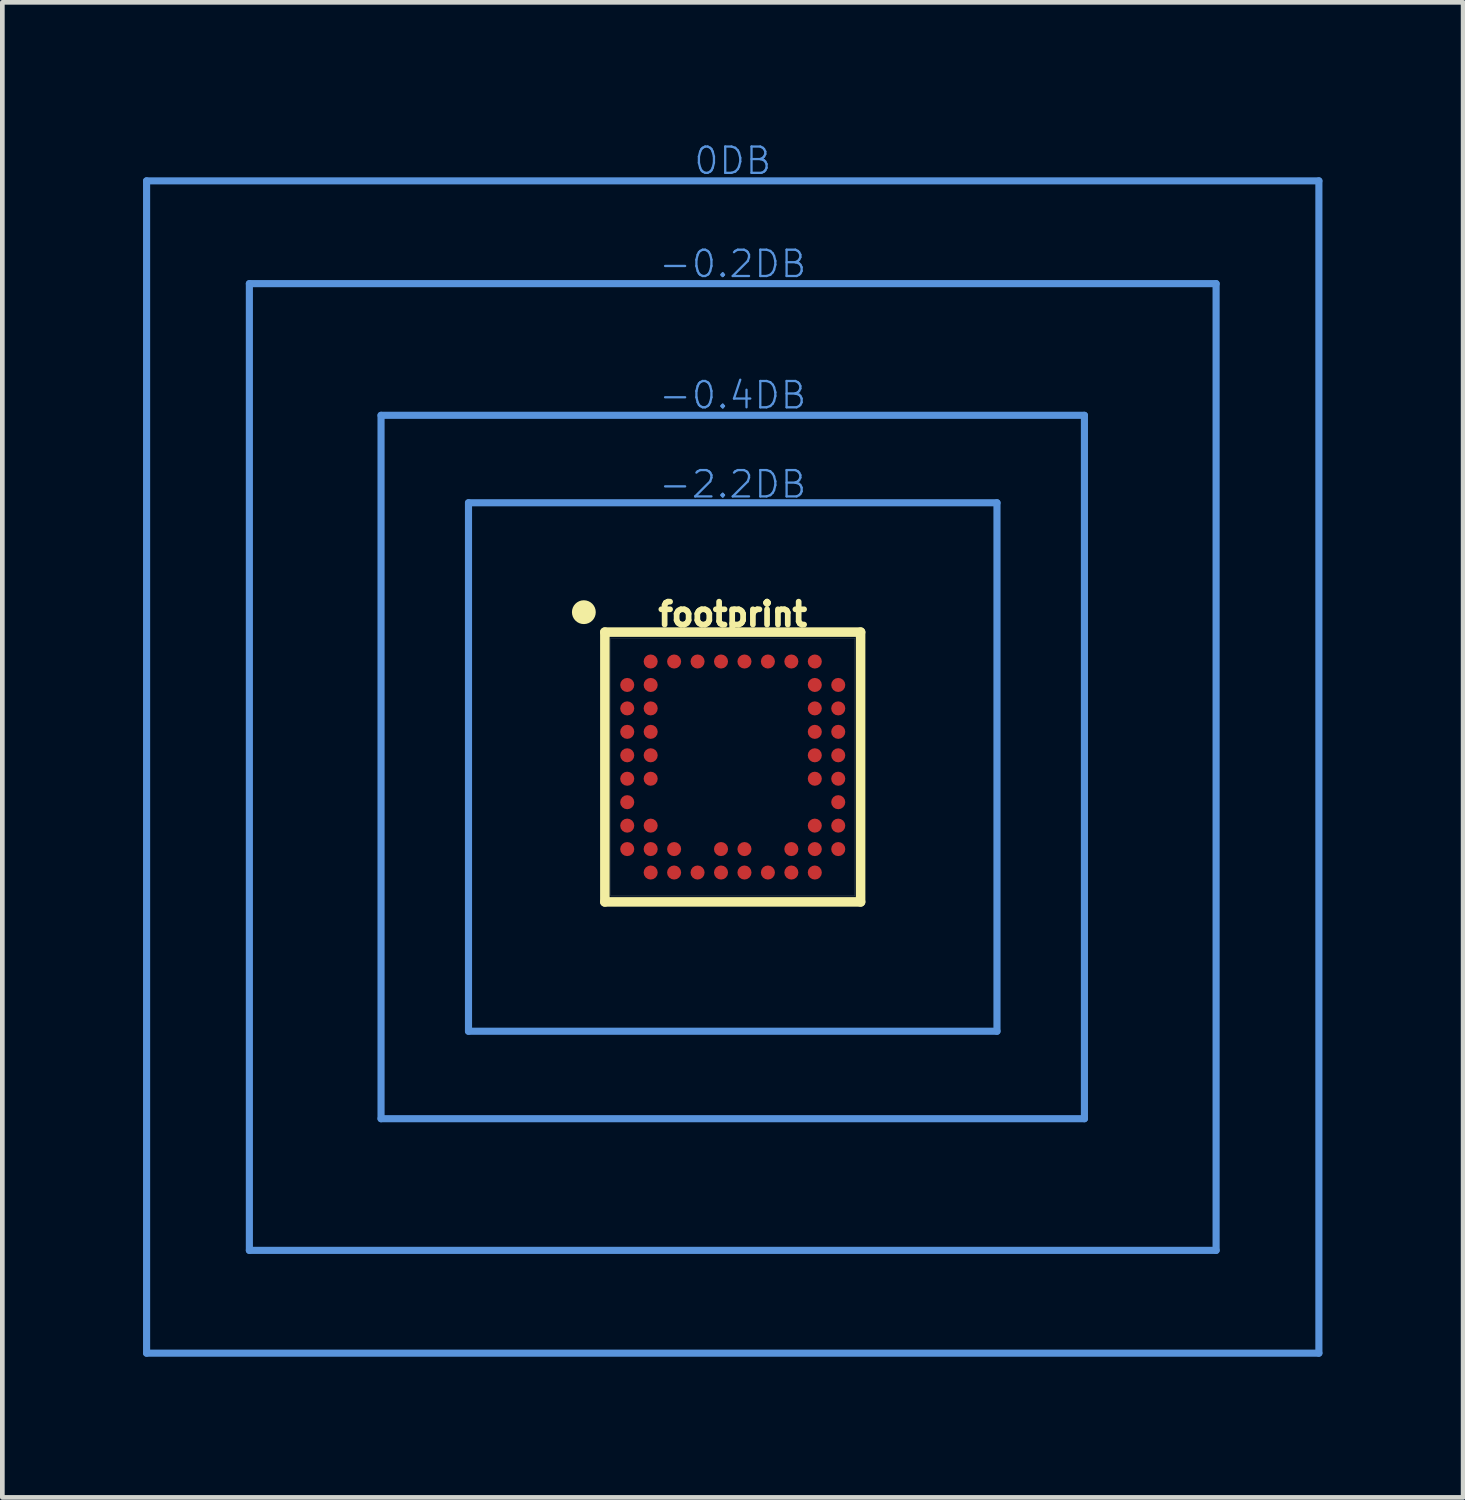
<source format=kicad_pcb>
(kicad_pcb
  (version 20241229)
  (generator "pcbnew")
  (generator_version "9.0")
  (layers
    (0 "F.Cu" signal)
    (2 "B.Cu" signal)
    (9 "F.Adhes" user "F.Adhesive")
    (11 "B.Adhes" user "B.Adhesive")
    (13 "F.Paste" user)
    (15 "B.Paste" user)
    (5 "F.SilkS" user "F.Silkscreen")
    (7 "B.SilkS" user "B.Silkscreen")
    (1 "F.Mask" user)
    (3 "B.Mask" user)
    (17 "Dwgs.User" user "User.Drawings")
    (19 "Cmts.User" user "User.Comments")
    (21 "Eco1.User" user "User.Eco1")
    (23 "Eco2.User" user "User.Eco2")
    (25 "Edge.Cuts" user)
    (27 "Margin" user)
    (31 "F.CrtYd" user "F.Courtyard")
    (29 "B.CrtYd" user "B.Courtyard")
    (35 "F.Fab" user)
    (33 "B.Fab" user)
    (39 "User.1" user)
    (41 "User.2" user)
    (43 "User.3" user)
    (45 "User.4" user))
  (footprint "footprint"
    (layer "F.Cu")
    (at 12.576 13.307)
    (property "Reference" "footprint" (at 0 -2.972 0) (layer "F.SilkS") (effects (font (size 0.488 0.488) (thickness 0.122)) (justify bottom)))
    (fp_line (start -2.727 -2.877) (end -2.727 2.877) (stroke (width 0.203) (type solid)) (layer "F.SilkS"))
    (fp_line (start -2.727 2.877) (end 2.727 2.877) (stroke (width 0.203) (type solid)) (layer "F.SilkS"))
    (fp_line (start 2.727 -2.877) (end -2.727 -2.877) (stroke (width 0.203) (type solid)) (layer "F.SilkS"))
    (fp_line (start 2.727 2.877) (end 2.727 -2.877) (stroke (width 0.203) (type solid)) (layer "F.SilkS"))
    (fp_circle (center -3.175 -3.302) (end -3.048 -3.302) (stroke (width 0.254) (type solid)) (fill yes) (layer "F.SilkS"))
    (fp_line (start -12.5 -12.5) (end 12.5 -12.5) (stroke (width 0.152) (type solid)) (layer "Cmts.User"))
    (fp_line (start -12.5 12.5) (end -12.5 -12.5) (stroke (width 0.152) (type solid)) (layer "Cmts.User"))
    (fp_line (start -10.308 -10.308) (end -10.308 10.308) (stroke (width 0.152) (type solid)) (layer "Cmts.User"))
    (fp_line (start -10.308 10.308) (end 10.308 10.308) (stroke (width 0.152) (type solid)) (layer "Cmts.User"))
    (fp_line (start -7.5 -7.5) (end -7.5 7.5) (stroke (width 0.152) (type solid)) (layer "Cmts.User"))
    (fp_line (start -7.5 7.5) (end 7.5 7.5) (stroke (width 0.152) (type solid)) (layer "Cmts.User"))
    (fp_line (start -5.635 -5.635) (end -5.635 5.635) (stroke (width 0.152) (type solid)) (layer "Cmts.User"))
    (fp_line (start -5.635 5.635) (end 5.635 5.635) (stroke (width 0.152) (type solid)) (layer "Cmts.User"))
    (fp_line (start 5.635 -5.635) (end -5.635 -5.635) (stroke (width 0.152) (type solid)) (layer "Cmts.User"))
    (fp_line (start 5.635 5.635) (end 5.635 -5.635) (stroke (width 0.152) (type solid)) (layer "Cmts.User"))
    (fp_line (start 7.5 -7.5) (end -7.5 -7.5) (stroke (width 0.152) (type solid)) (layer "Cmts.User"))
    (fp_line (start 7.5 7.5) (end 7.5 -7.5) (stroke (width 0.152) (type solid)) (layer "Cmts.User"))
    (fp_line (start 10.308 -10.308) (end -10.308 -10.308) (stroke (width 0.152) (type solid)) (layer "Cmts.User"))
    (fp_line (start 10.308 10.308) (end 10.308 -10.308) (stroke (width 0.152) (type solid)) (layer "Cmts.User"))
    (fp_line (start 12.5 -12.5) (end 12.5 12.5) (stroke (width 0.152) (type solid)) (layer "Cmts.User"))
    (fp_line (start 12.5 12.5) (end -12.5 12.5) (stroke (width 0.152) (type solid)) (layer "Cmts.User"))
    (fp_line (start -2.6 -2.75) (end -2.6 2.75) (stroke (width 0.003) (type solid)) (layer "F.Fab"))
    (fp_line (start -2.6 2.75) (end 2.6 2.75) (stroke (width 0.003) (type solid)) (layer "F.Fab"))
    (fp_line (start 2.6 -2.75) (end -2.6 -2.75) (stroke (width 0.003) (type solid)) (layer "F.Fab"))
    (fp_line (start 2.6 2.75) (end 2.6 -2.75) (stroke (width 0.003) (type solid)) (layer "F.Fab"))
    (fp_text user "0DB" (at 0 -12.6 0) (layer "Cmts.User") (effects (font (size 0.561 0.561) (thickness 0.049)) (justify bottom)))
    (fp_text user "-0.2DB" (at 0 -10.4 0) (layer "Cmts.User") (effects (font (size 0.561 0.561) (thickness 0.049)) (justify bottom)))
    (fp_text user "-2.2DB" (at 0 -5.7 0) (layer "Cmts.User") (effects (font (size 0.561 0.561) (thickness 0.049)) (justify bottom)))
    (fp_text user "-0.4DB" (at 0 -7.6 0) (layer "Cmts.User") (effects (font (size 0.561 0.561) (thickness 0.049)) (justify bottom)))
    (pad "A2" smd roundrect (at -1.75 -2.25) (size 0.3 0.3) (layers "F.Cu" "F.Mask" "F.Paste") (roundrect_rratio 0.5))
    (pad "A3" smd roundrect (at -1.25 -2.25) (size 0.3 0.3) (layers "F.Cu" "F.Mask" "F.Paste") (roundrect_rratio 0.5))
    (pad "A4" smd roundrect (at -0.75 -2.25) (size 0.3 0.3) (layers "F.Cu" "F.Mask" "F.Paste") (roundrect_rratio 0.5))
    (pad "A5" smd roundrect (at -0.25 -2.25) (size 0.3 0.3) (layers "F.Cu" "F.Mask" "F.Paste") (roundrect_rratio 0.5))
    (pad "A6" smd roundrect (at 0.25 -2.25) (size 0.3 0.3) (layers "F.Cu" "F.Mask" "F.Paste") (roundrect_rratio 0.5))
    (pad "A7" smd roundrect (at 0.75 -2.25) (size 0.3 0.3) (layers "F.Cu" "F.Mask" "F.Paste") (roundrect_rratio 0.5))
    (pad "A8" smd roundrect (at 1.25 -2.25) (size 0.3 0.3) (layers "F.Cu" "F.Mask" "F.Paste") (roundrect_rratio 0.5))
    (pad "A9" smd roundrect (at 1.75 -2.25) (size 0.3 0.3) (layers "F.Cu" "F.Mask" "F.Paste") (roundrect_rratio 0.5))
    (pad "B1" smd roundrect (at -2.25 -1.75) (size 0.3 0.3) (layers "F.Cu" "F.Mask" "F.Paste") (roundrect_rratio 0.5))
    (pad "B2" smd roundrect (at -1.75 -1.75) (size 0.3 0.3) (layers "F.Cu" "F.Mask" "F.Paste") (roundrect_rratio 0.5))
    (pad "B9" smd roundrect (at 1.75 -1.75) (size 0.3 0.3) (layers "F.Cu" "F.Mask" "F.Paste") (roundrect_rratio 0.5))
    (pad "B10" smd roundrect (at 2.25 -1.75) (size 0.3 0.3) (layers "F.Cu" "F.Mask" "F.Paste") (roundrect_rratio 0.5))
    (pad "C1" smd roundrect (at -2.25 -1.25) (size 0.3 0.3) (layers "F.Cu" "F.Mask" "F.Paste") (roundrect_rratio 0.5))
    (pad "C2" smd roundrect (at -1.75 -1.25) (size 0.3 0.3) (layers "F.Cu" "F.Mask" "F.Paste") (roundrect_rratio 0.5))
    (pad "C9" smd roundrect (at 1.75 -1.25) (size 0.3 0.3) (layers "F.Cu" "F.Mask" "F.Paste") (roundrect_rratio 0.5))
    (pad "C10" smd roundrect (at 2.25 -1.25) (size 0.3 0.3) (layers "F.Cu" "F.Mask" "F.Paste") (roundrect_rratio 0.5))
    (pad "D1" smd roundrect (at -2.25 -0.75) (size 0.3 0.3) (layers "F.Cu" "F.Mask" "F.Paste") (roundrect_rratio 0.5))
    (pad "D2" smd roundrect (at -1.75 -0.75) (size 0.3 0.3) (layers "F.Cu" "F.Mask" "F.Paste") (roundrect_rratio 0.5))
    (pad "D9" smd roundrect (at 1.75 -0.75) (size 0.3 0.3) (layers "F.Cu" "F.Mask" "F.Paste") (roundrect_rratio 0.5))
    (pad "D10" smd roundrect (at 2.25 -0.75) (size 0.3 0.3) (layers "F.Cu" "F.Mask" "F.Paste") (roundrect_rratio 0.5))
    (pad "E1" smd roundrect (at -2.25 -0.25) (size 0.3 0.3) (layers "F.Cu" "F.Mask" "F.Paste") (roundrect_rratio 0.5))
    (pad "E2" smd roundrect (at -1.75 -0.25) (size 0.3 0.3) (layers "F.Cu" "F.Mask" "F.Paste") (roundrect_rratio 0.5))
    (pad "E9" smd roundrect (at 1.75 -0.25) (size 0.3 0.3) (layers "F.Cu" "F.Mask" "F.Paste") (roundrect_rratio 0.5))
    (pad "E10" smd roundrect (at 2.25 -0.25) (size 0.3 0.3) (layers "F.Cu" "F.Mask" "F.Paste") (roundrect_rratio 0.5))
    (pad "F1" smd roundrect (at -2.25 0.25) (size 0.3 0.3) (layers "F.Cu" "F.Mask" "F.Paste") (roundrect_rratio 0.5))
    (pad "F2" smd roundrect (at -1.75 0.25) (size 0.3 0.3) (layers "F.Cu" "F.Mask" "F.Paste") (roundrect_rratio 0.5))
    (pad "F9" smd roundrect (at 1.75 0.25) (size 0.3 0.3) (layers "F.Cu" "F.Mask" "F.Paste") (roundrect_rratio 0.5))
    (pad "F10" smd roundrect (at 2.25 0.25) (size 0.3 0.3) (layers "F.Cu" "F.Mask" "F.Paste") (roundrect_rratio 0.5))
    (pad "G1" smd roundrect (at -2.25 0.75) (size 0.3 0.3) (layers "F.Cu" "F.Mask" "F.Paste") (roundrect_rratio 0.5))
    (pad "G10" smd roundrect (at 2.25 0.75) (size 0.3 0.3) (layers "F.Cu" "F.Mask" "F.Paste") (roundrect_rratio 0.5))
    (pad "H1" smd roundrect (at -2.25 1.25) (size 0.3 0.3) (layers "F.Cu" "F.Mask" "F.Paste") (roundrect_rratio 0.5))
    (pad "H2" smd roundrect (at -1.75 1.25) (size 0.3 0.3) (layers "F.Cu" "F.Mask" "F.Paste") (roundrect_rratio 0.5))
    (pad "H9" smd roundrect (at 1.75 1.25) (size 0.3 0.3) (layers "F.Cu" "F.Mask" "F.Paste") (roundrect_rratio 0.5))
    (pad "H10" smd roundrect (at 2.25 1.25) (size 0.3 0.3) (layers "F.Cu" "F.Mask" "F.Paste") (roundrect_rratio 0.5))
    (pad "J1" smd roundrect (at -2.25 1.75) (size 0.3 0.3) (layers "F.Cu" "F.Mask" "F.Paste") (roundrect_rratio 0.5))
    (pad "J2" smd roundrect (at -1.75 1.75) (size 0.3 0.3) (layers "F.Cu" "F.Mask" "F.Paste") (roundrect_rratio 0.5))
    (pad "J3" smd roundrect (at -1.25 1.75) (size 0.3 0.3) (layers "F.Cu" "F.Mask" "F.Paste") (roundrect_rratio 0.5))
    (pad "J5" smd roundrect (at -0.25 1.75) (size 0.3 0.3) (layers "F.Cu" "F.Mask" "F.Paste") (roundrect_rratio 0.5))
    (pad "J6" smd roundrect (at 0.25 1.75) (size 0.3 0.3) (layers "F.Cu" "F.Mask" "F.Paste") (roundrect_rratio 0.5))
    (pad "J8" smd roundrect (at 1.25 1.75) (size 0.3 0.3) (layers "F.Cu" "F.Mask" "F.Paste") (roundrect_rratio 0.5))
    (pad "J9" smd roundrect (at 1.75 1.75) (size 0.3 0.3) (layers "F.Cu" "F.Mask" "F.Paste") (roundrect_rratio 0.5))
    (pad "J10" smd roundrect (at 2.25 1.75) (size 0.3 0.3) (layers "F.Cu" "F.Mask" "F.Paste") (roundrect_rratio 0.5))
    (pad "K2" smd roundrect (at -1.75 2.25) (size 0.3 0.3) (layers "F.Cu" "F.Mask" "F.Paste") (roundrect_rratio 0.5))
    (pad "K3" smd roundrect (at -1.25 2.25) (size 0.3 0.3) (layers "F.Cu" "F.Mask" "F.Paste") (roundrect_rratio 0.5))
    (pad "K4" smd roundrect (at -0.75 2.25) (size 0.3 0.3) (layers "F.Cu" "F.Mask" "F.Paste") (roundrect_rratio 0.5))
    (pad "K5" smd roundrect (at -0.25 2.25) (size 0.3 0.3) (layers "F.Cu" "F.Mask" "F.Paste") (roundrect_rratio 0.5))
    (pad "K6" smd roundrect (at 0.25 2.25) (size 0.3 0.3) (layers "F.Cu" "F.Mask" "F.Paste") (roundrect_rratio 0.5))
    (pad "K7" smd roundrect (at 0.75 2.25) (size 0.3 0.3) (layers "F.Cu" "F.Mask" "F.Paste") (roundrect_rratio 0.5))
    (pad "K8" smd roundrect (at 1.25 2.25) (size 0.3 0.3) (layers "F.Cu" "F.Mask" "F.Paste") (roundrect_rratio 0.5))
    (pad "K9" smd roundrect (at 1.75 2.25) (size 0.3 0.3) (layers "F.Cu" "F.Mask" "F.Paste") (roundrect_rratio 0.5)))
  (gr_rect
    (start -3 -3)
    (end 28.152 28.883)
    (stroke (width 0.1) (type default))
    (fill no)
    (layer "Edge.Cuts")))
</source>
